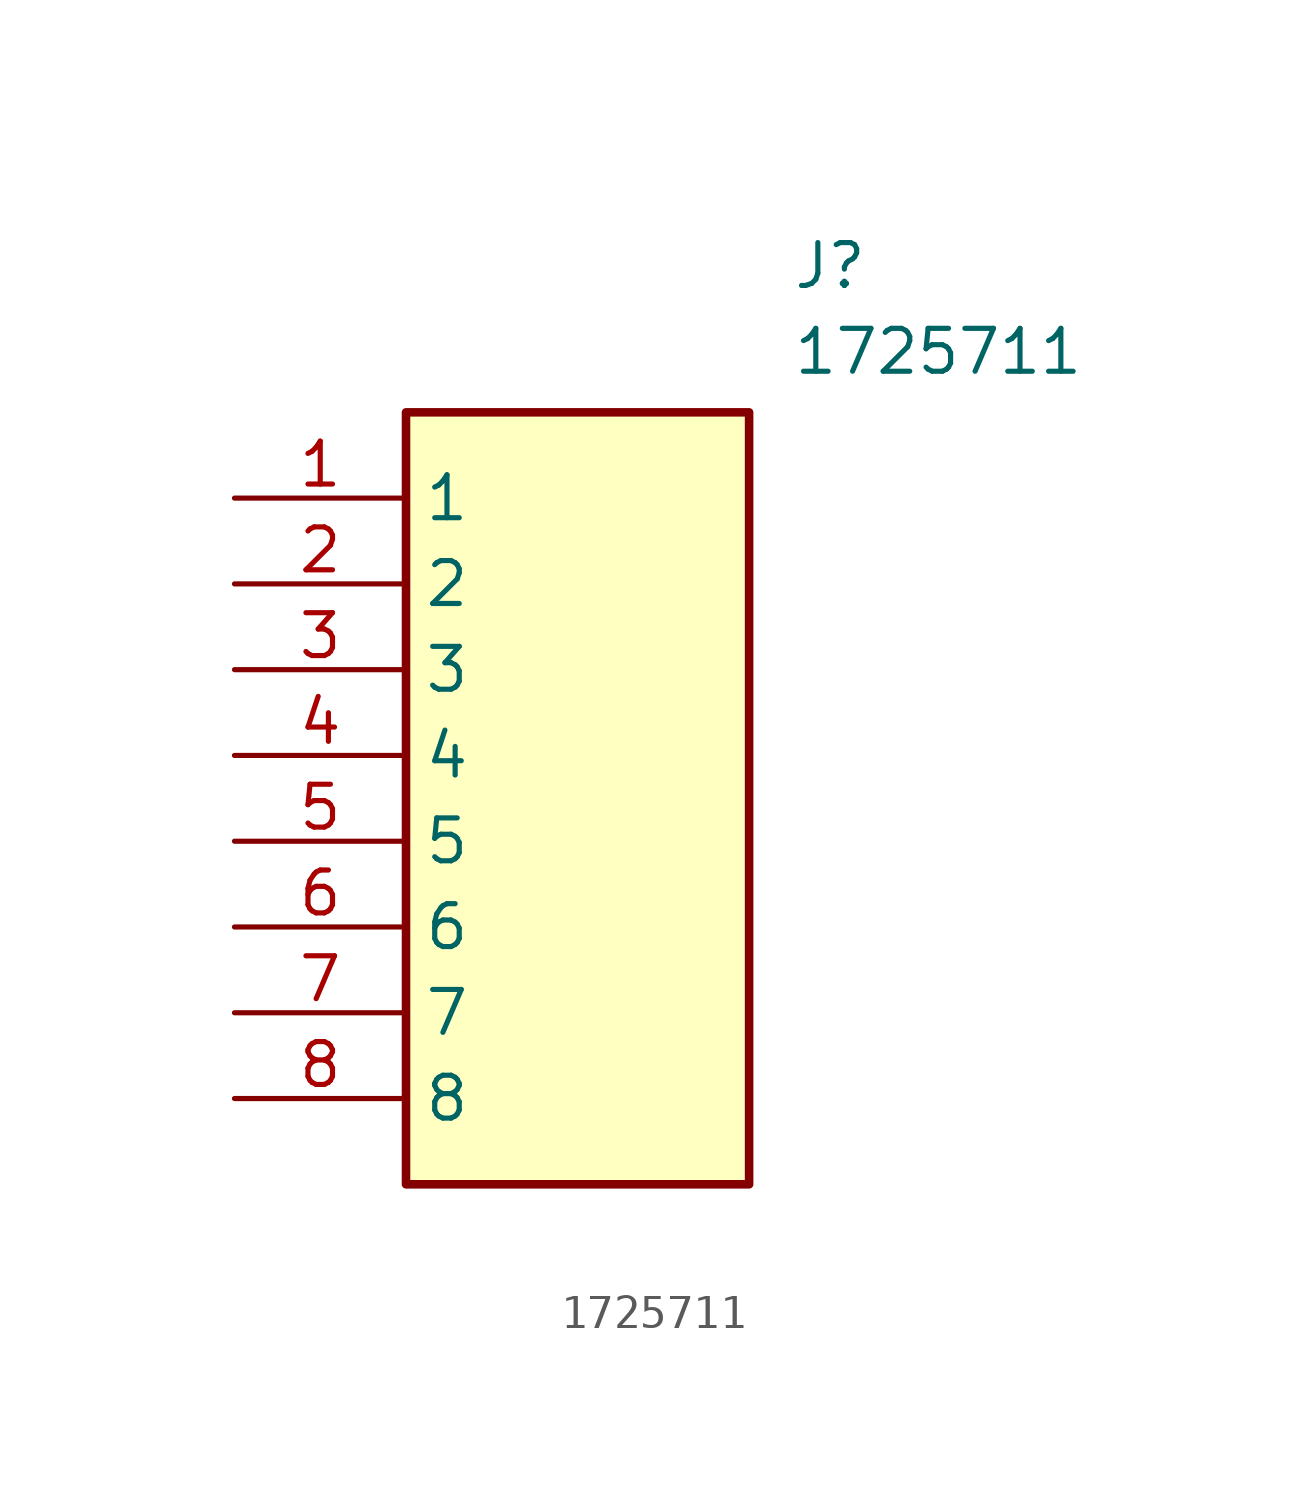
<source format=kicad_sym>
(kicad_symbol_lib
  (version 20211014)
  (generator SamacSys_ECAD_Model)
  (symbol "1725711"
    (property "Reference" "J"
      (at 16.51 7.62 0)
      (effects (font (size 1.27 1.27)) (justify left top)))
    (property "Value" "1725711"
      (at 16.51 5.08 0)
      (effects (font (size 1.27 1.27)) (justify left top)))
    (rectangle
      (start 5.08 2.54)
      (end 15.24 -20.32)
      (stroke (width 0.254) (type default))
      (fill (type background)))
    (pin passive line
      (at 0 0 0)
      (length 5.08)
      (name "1" (effects (font (size 1.27 1.27))))
      (number "1" (effects (font (size 1.27 1.27)))))
    (pin passive line
      (at 0 -2.54 0)
      (length 5.08)
      (name "2" (effects (font (size 1.27 1.27))))
      (number "2" (effects (font (size 1.27 1.27)))))
    (pin passive line
      (at 0 -5.08 0)
      (length 5.08)
      (name "3" (effects (font (size 1.27 1.27))))
      (number "3" (effects (font (size 1.27 1.27)))))
    (pin passive line
      (at 0 -7.62 0)
      (length 5.08)
      (name "4" (effects (font (size 1.27 1.27))))
      (number "4" (effects (font (size 1.27 1.27)))))
    (pin passive line
      (at 0 -10.16 0)
      (length 5.08)
      (name "5" (effects (font (size 1.27 1.27))))
      (number "5" (effects (font (size 1.27 1.27)))))
    (pin passive line
      (at 0 -12.7 0)
      (length 5.08)
      (name "6" (effects (font (size 1.27 1.27))))
      (number "6" (effects (font (size 1.27 1.27)))))
    (pin passive line
      (at 0 -15.24 0)
      (length 5.08)
      (name "7" (effects (font (size 1.27 1.27))))
      (number "7" (effects (font (size 1.27 1.27)))))
    (pin passive line
      (at 0 -17.78 0)
      (length 5.08)
      (name "8" (effects (font (size 1.27 1.27))))
      (number "8" (effects (font (size 1.27 1.27)))))))
</source>
